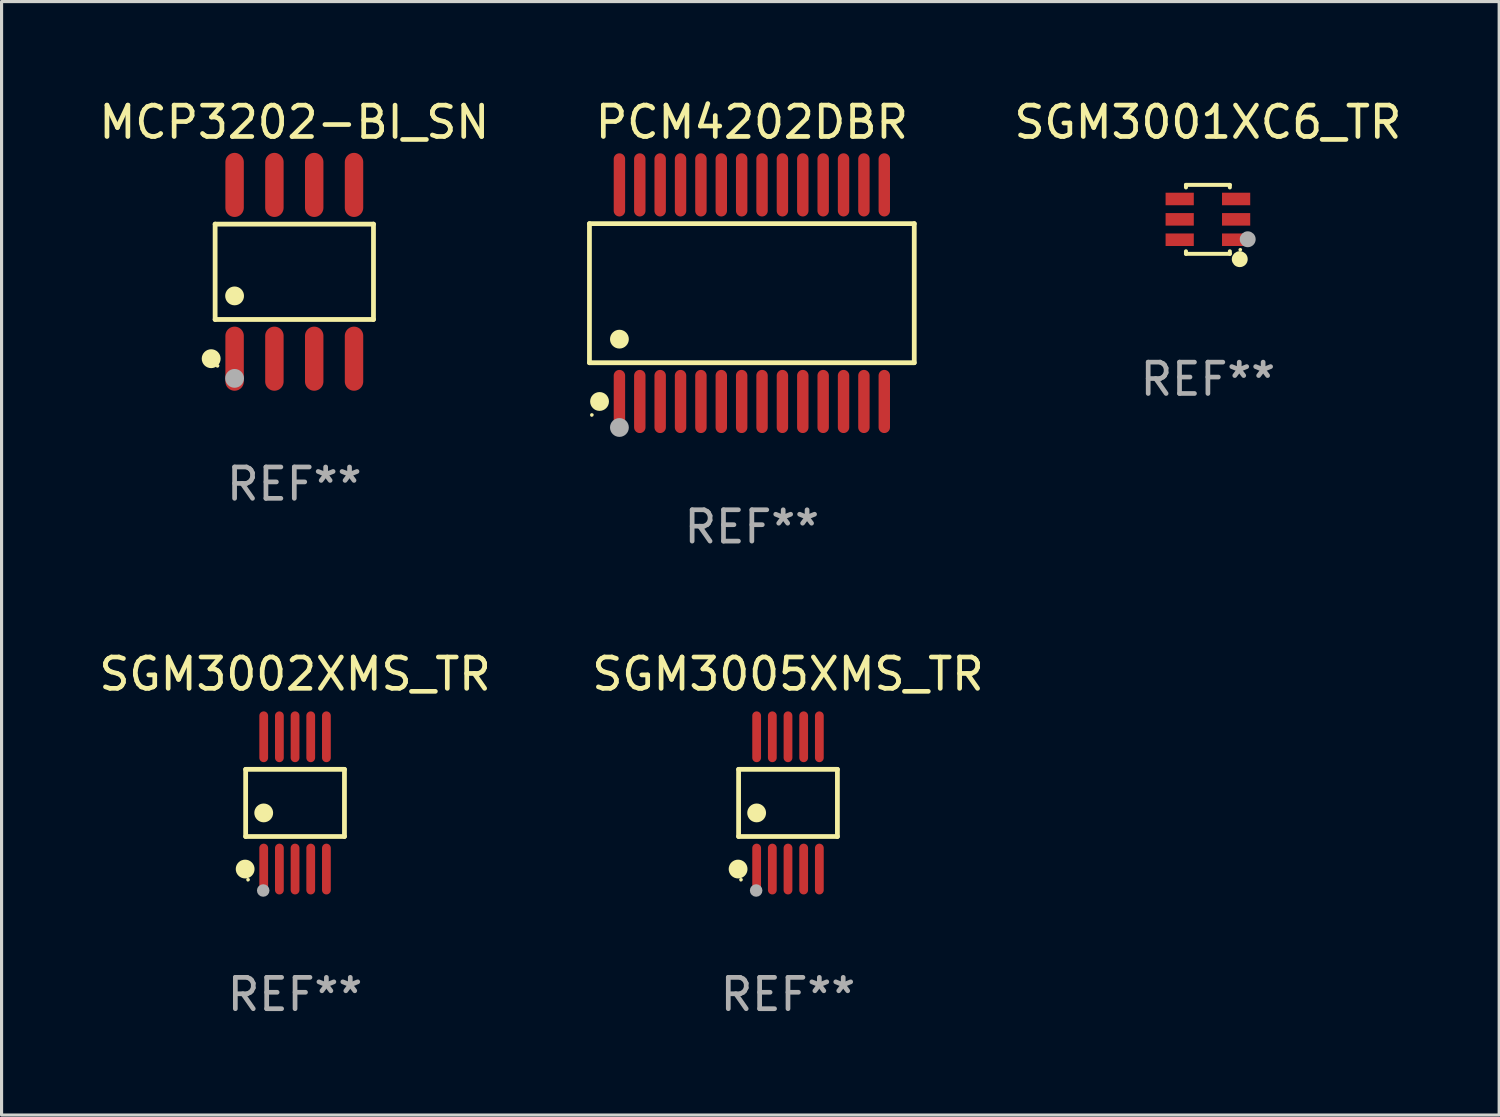
<source format=kicad_pcb>
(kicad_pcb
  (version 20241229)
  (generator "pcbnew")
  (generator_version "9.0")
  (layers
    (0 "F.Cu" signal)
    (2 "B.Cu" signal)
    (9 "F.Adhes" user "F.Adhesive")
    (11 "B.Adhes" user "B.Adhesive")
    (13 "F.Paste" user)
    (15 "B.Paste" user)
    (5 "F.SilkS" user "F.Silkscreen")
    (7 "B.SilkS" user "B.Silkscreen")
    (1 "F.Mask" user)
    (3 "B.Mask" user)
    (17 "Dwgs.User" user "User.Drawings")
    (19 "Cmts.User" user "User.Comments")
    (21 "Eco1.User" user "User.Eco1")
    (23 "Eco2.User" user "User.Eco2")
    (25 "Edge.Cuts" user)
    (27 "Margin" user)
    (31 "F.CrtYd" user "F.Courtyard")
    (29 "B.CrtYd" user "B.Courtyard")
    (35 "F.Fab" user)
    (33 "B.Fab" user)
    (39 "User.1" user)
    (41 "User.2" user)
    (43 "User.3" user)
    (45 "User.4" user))
  (footprint "SGM3005XMS_TR"
    (layer "F.Cu")
    (at 22.089 22.565)
    (property "Reference" "SGM3005XMS_TR" (at 0 -4.11 0) (layer "F.SilkS") (effects (font (size 1 1) (thickness 0.15))))
    (attr through_hole)
    (fp_line (start -1.576 -1.071) (end 1.576 -1.071) (stroke (width 0.152) (type solid)) (layer "F.SilkS"))
    (fp_line (start -1.576 1.071) (end -1.576 -1.071) (stroke (width 0.152) (type solid)) (layer "F.SilkS"))
    (fp_line (start 1.576 -1.071) (end 1.576 1.071) (stroke (width 0.152) (type solid)) (layer "F.SilkS"))
    (fp_line (start 1.576 1.071) (end -1.576 1.071) (stroke (width 0.152) (type solid)) (layer "F.SilkS"))
    (fp_circle (center -1.592 2.11) (end -1.442 2.11) (stroke (width 0.3) (type solid)) (fill no) (layer "F.SilkS"))
    (fp_circle (center -1.5 2.45) (end -1.47 2.45) (stroke (width 0.06) (type solid)) (fill no) (layer "F.SilkS"))
    (fp_circle (center -1 0.319) (end -0.85 0.319) (stroke (width 0.3) (type solid)) (fill no) (layer "F.SilkS"))
    (fp_circle (center -1.016 2.794) (end -0.916 2.794) (stroke (width 0.2) (type solid)) (fill no) (layer "F.Fab"))
    (fp_text user "REF**" (at 0 6.11 0) (layer "F.Fab") (effects (font (size 1 1) (thickness 0.15))))
    (pad "1" smd oval (at -1 2.11) (size 0.28 1.62) (layers "F.Cu" "F.Mask" "F.Paste"))
    (pad "2" smd oval (at -0.5 2.11) (size 0.28 1.62) (layers "F.Cu" "F.Mask" "F.Paste"))
    (pad "3" smd oval (at 0 2.11) (size 0.28 1.62) (layers "F.Cu" "F.Mask" "F.Paste"))
    (pad "4" smd oval (at 0.5 2.11) (size 0.28 1.62) (layers "F.Cu" "F.Mask" "F.Paste"))
    (pad "5" smd oval (at 1 2.11) (size 0.28 1.62) (layers "F.Cu" "F.Mask" "F.Paste"))
    (pad "6" smd oval (at 1 -2.11) (size 0.28 1.62) (layers "F.Cu" "F.Mask" "F.Paste"))
    (pad "7" smd oval (at 0.5 -2.11) (size 0.28 1.62) (layers "F.Cu" "F.Mask" "F.Paste"))
    (pad "8" smd oval (at 0 -2.11) (size 0.28 1.62) (layers "F.Cu" "F.Mask" "F.Paste"))
    (pad "9" smd oval (at -0.5 -2.11) (size 0.28 1.62) (layers "F.Cu" "F.Mask" "F.Paste"))
    (pad "10" smd oval (at -1 -2.11) (size 0.28 1.62) (layers "F.Cu" "F.Mask" "F.Paste")))
  (footprint "SGM3001XC6_TR"
    (layer "F.Cu")
    (at 35.485 3.948)
    (property "Reference" "SGM3001XC6_TR" (at 0 -3.1 0) (layer "F.SilkS") (effects (font (size 1 1) (thickness 0.15))))
    (attr through_hole)
    (fp_line (start -0.7 -1.018) (end -0.7 -1.1) (stroke (width 0.127) (type solid)) (layer "F.SilkS"))
    (fp_line (start -0.7 1.1) (end -0.7 1.018) (stroke (width 0.127) (type solid)) (layer "F.SilkS"))
    (fp_line (start 0.7 -1.1) (end -0.7 -1.1) (stroke (width 0.127) (type solid)) (layer "F.SilkS"))
    (fp_line (start 0.7 -1.018) (end 0.7 -1.1) (stroke (width 0.127) (type solid)) (layer "F.SilkS"))
    (fp_line (start 0.7 1.1) (end -0.7 1.1) (stroke (width 0.127) (type solid)) (layer "F.SilkS"))
    (fp_line (start 0.7 1.1) (end 0.7 1.018) (stroke (width 0.127) (type solid)) (layer "F.SilkS"))
    (fp_circle (center 1.016 1.27) (end 1.143 1.27) (stroke (width 0.254) (type solid)) (fill no) (layer "F.SilkS"))
    (fp_circle (center 1.032 0.97) (end 1.062 0.97) (stroke (width 0.06) (type solid)) (fill no) (layer "F.SilkS"))
    (fp_circle (center 1.27 0.635) (end 1.397 0.635) (stroke (width 0.254) (type solid)) (fill no) (layer "F.Fab"))
    (fp_text user "REF**" (at 0 5.1 0) (layer "F.Fab") (effects (font (size 1 1) (thickness 0.15))))
    (pad "1" smd rect (at 0.9 0.65 90) (size 0.4 0.9) (layers "F.Cu" "F.Mask" "F.Paste"))
    (pad "2" smd rect (at 0.9 -0.000102 90) (size 0.4 0.9) (layers "F.Cu" "F.Mask" "F.Paste"))
    (pad "3" smd rect (at 0.9 -0.65 90) (size 0.4 0.9) (layers "F.Cu" "F.Mask" "F.Paste"))
    (pad "4" smd rect (at -0.9 -0.65 90) (size 0.4 0.9) (layers "F.Cu" "F.Mask" "F.Paste"))
    (pad "5" smd rect (at -0.9 -0.000102 90) (size 0.4 0.9) (layers "F.Cu" "F.Mask" "F.Paste"))
    (pad "6" smd rect (at -0.9 0.65 90) (size 0.4 0.9) (layers "F.Cu" "F.Mask" "F.Paste")))
  (footprint "MCP3202-BI_SN"
    (layer "F.Cu")
    (at 6.339 5.621)
    (property "Reference" "MCP3202-BI_SN" (at 0 -4.772 0) (layer "F.SilkS") (effects (font (size 1 1) (thickness 0.15))))
    (attr through_hole)
    (fp_line (start -2.526 -1.521) (end 2.526 -1.521) (stroke (width 0.152) (type solid)) (layer "F.SilkS"))
    (fp_line (start -2.526 1.521) (end -2.526 -1.521) (stroke (width 0.152) (type solid)) (layer "F.SilkS"))
    (fp_line (start 2.526 -1.521) (end 2.526 1.521) (stroke (width 0.152) (type solid)) (layer "F.SilkS"))
    (fp_line (start 2.526 1.521) (end -2.526 1.521) (stroke (width 0.152) (type solid)) (layer "F.SilkS"))
    (fp_circle (center -2.652 2.772) (end -2.501 2.772) (stroke (width 0.3) (type solid)) (fill no) (layer "F.SilkS"))
    (fp_circle (center -2.45 3) (end -2.42 3) (stroke (width 0.06) (type solid)) (fill no) (layer "F.SilkS"))
    (fp_circle (center -1.905 0.769) (end -1.755 0.769) (stroke (width 0.3) (type solid)) (fill no) (layer "F.SilkS"))
    (fp_circle (center -1.905 3.4) (end -1.755 3.4) (stroke (width 0.3) (type solid)) (fill no) (layer "F.Fab"))
    (fp_text user "REF**" (at 0 6.772 0) (layer "F.Fab") (effects (font (size 1 1) (thickness 0.15))))
    (pad "1" smd oval (at -1.905 2.772) (size 0.588 2.045) (layers "F.Cu" "F.Mask" "F.Paste"))
    (pad "2" smd oval (at -0.635 2.772) (size 0.588 2.045) (layers "F.Cu" "F.Mask" "F.Paste"))
    (pad "3" smd oval (at 0.635 2.772) (size 0.588 2.045) (layers "F.Cu" "F.Mask" "F.Paste"))
    (pad "4" smd oval (at 1.905 2.772) (size 0.588 2.045) (layers "F.Cu" "F.Mask" "F.Paste"))
    (pad "5" smd oval (at 1.905 -2.772) (size 0.588 2.045) (layers "F.Cu" "F.Mask" "F.Paste"))
    (pad "6" smd oval (at 0.635 -2.772) (size 0.588 2.045) (layers "F.Cu" "F.Mask" "F.Paste"))
    (pad "7" smd oval (at -0.635 -2.772) (size 0.588 2.045) (layers "F.Cu" "F.Mask" "F.Paste"))
    (pad "8" smd oval (at -1.905 -2.772) (size 0.588 2.045) (layers "F.Cu" "F.Mask" "F.Paste")))
  (footprint "PCM4202DBR"
    (layer "F.Cu")
    (at 20.936 6.303)
    (property "Reference" "PCM4202DBR" (at 0 -5.455 0) (layer "F.SilkS") (effects (font (size 1 1) (thickness 0.15))))
    (attr through_hole)
    (fp_line (start -5.181 -2.219) (end 5.181 -2.219) (stroke (width 0.152) (type solid)) (layer "F.SilkS"))
    (fp_line (start -5.181 2.219) (end -5.181 -2.219) (stroke (width 0.152) (type solid)) (layer "F.SilkS"))
    (fp_line (start 5.181 -2.219) (end 5.181 2.219) (stroke (width 0.152) (type solid)) (layer "F.SilkS"))
    (fp_line (start 5.181 2.219) (end -5.181 2.219) (stroke (width 0.152) (type solid)) (layer "F.SilkS"))
    (fp_circle (center -5.105 3.885) (end -5.075 3.885) (stroke (width 0.06) (type solid)) (fill no) (layer "F.SilkS"))
    (fp_circle (center -4.859 3.455) (end -4.709 3.455) (stroke (width 0.3) (type solid)) (fill no) (layer "F.SilkS"))
    (fp_circle (center -4.225 1.467) (end -4.075 1.467) (stroke (width 0.3) (type solid)) (fill no) (layer "F.SilkS"))
    (fp_circle (center -4.225 4.285) (end -4.075 4.285) (stroke (width 0.3) (type solid)) (fill no) (layer "F.Fab"))
    (fp_text user "REF**" (at 0 7.455 0) (layer "F.Fab") (effects (font (size 1 1) (thickness 0.15))))
    (pad "1" smd oval (at -4.225 3.455) (size 0.364 2.015) (layers "F.Cu" "F.Mask" "F.Paste"))
    (pad "2" smd oval (at -3.575 3.455) (size 0.364 2.015) (layers "F.Cu" "F.Mask" "F.Paste"))
    (pad "3" smd oval (at -2.925 3.455) (size 0.364 2.015) (layers "F.Cu" "F.Mask" "F.Paste"))
    (pad "4" smd oval (at -2.275 3.455) (size 0.364 2.015) (layers "F.Cu" "F.Mask" "F.Paste"))
    (pad "5" smd oval (at -1.625 3.455) (size 0.364 2.015) (layers "F.Cu" "F.Mask" "F.Paste"))
    (pad "6" smd oval (at -0.975 3.455) (size 0.364 2.015) (layers "F.Cu" "F.Mask" "F.Paste"))
    (pad "7" smd oval (at -0.325 3.455) (size 0.364 2.015) (layers "F.Cu" "F.Mask" "F.Paste"))
    (pad "8" smd oval (at 0.325 3.455) (size 0.364 2.015) (layers "F.Cu" "F.Mask" "F.Paste"))
    (pad "9" smd oval (at 0.975 3.455) (size 0.364 2.015) (layers "F.Cu" "F.Mask" "F.Paste"))
    (pad "10" smd oval (at 1.625 3.455) (size 0.364 2.015) (layers "F.Cu" "F.Mask" "F.Paste"))
    (pad "11" smd oval (at 2.275 3.455) (size 0.364 2.015) (layers "F.Cu" "F.Mask" "F.Paste"))
    (pad "12" smd oval (at 2.925 3.455) (size 0.364 2.015) (layers "F.Cu" "F.Mask" "F.Paste"))
    (pad "13" smd oval (at 3.575 3.455) (size 0.364 2.015) (layers "F.Cu" "F.Mask" "F.Paste"))
    (pad "14" smd oval (at 4.225 3.455) (size 0.364 2.015) (layers "F.Cu" "F.Mask" "F.Paste"))
    (pad "15" smd oval (at 4.225 -3.455) (size 0.364 2.015) (layers "F.Cu" "F.Mask" "F.Paste"))
    (pad "16" smd oval (at 3.575 -3.455) (size 0.364 2.015) (layers "F.Cu" "F.Mask" "F.Paste"))
    (pad "17" smd oval (at 2.925 -3.455) (size 0.364 2.015) (layers "F.Cu" "F.Mask" "F.Paste"))
    (pad "18" smd oval (at 2.275 -3.455) (size 0.364 2.015) (layers "F.Cu" "F.Mask" "F.Paste"))
    (pad "19" smd oval (at 1.625 -3.455) (size 0.364 2.015) (layers "F.Cu" "F.Mask" "F.Paste"))
    (pad "20" smd oval (at 0.975 -3.455) (size 0.364 2.015) (layers "F.Cu" "F.Mask" "F.Paste"))
    (pad "21" smd oval (at 0.325 -3.455) (size 0.364 2.015) (layers "F.Cu" "F.Mask" "F.Paste"))
    (pad "22" smd oval (at -0.325 -3.455) (size 0.364 2.015) (layers "F.Cu" "F.Mask" "F.Paste"))
    (pad "23" smd oval (at -0.975 -3.455) (size 0.364 2.015) (layers "F.Cu" "F.Mask" "F.Paste"))
    (pad "24" smd oval (at -1.625 -3.455) (size 0.364 2.015) (layers "F.Cu" "F.Mask" "F.Paste"))
    (pad "25" smd oval (at -2.275 -3.455) (size 0.364 2.015) (layers "F.Cu" "F.Mask" "F.Paste"))
    (pad "26" smd oval (at -2.925 -3.455) (size 0.364 2.015) (layers "F.Cu" "F.Mask" "F.Paste"))
    (pad "27" smd oval (at -3.575 -3.455) (size 0.364 2.015) (layers "F.Cu" "F.Mask" "F.Paste"))
    (pad "28" smd oval (at -4.225 -3.455) (size 0.364 2.015) (layers "F.Cu" "F.Mask" "F.Paste")))
  (footprint "SGM3002XMS_TR"
    (layer "F.Cu")
    (at 6.363 22.565)
    (property "Reference" "SGM3002XMS_TR" (at 0 -4.11 0) (layer "F.SilkS") (effects (font (size 1 1) (thickness 0.15))))
    (attr through_hole)
    (fp_line (start -1.576 -1.071) (end 1.576 -1.071) (stroke (width 0.152) (type solid)) (layer "F.SilkS"))
    (fp_line (start -1.576 1.071) (end -1.576 -1.071) (stroke (width 0.152) (type solid)) (layer "F.SilkS"))
    (fp_line (start 1.576 -1.071) (end 1.576 1.071) (stroke (width 0.152) (type solid)) (layer "F.SilkS"))
    (fp_line (start 1.576 1.071) (end -1.576 1.071) (stroke (width 0.152) (type solid)) (layer "F.SilkS"))
    (fp_circle (center -1.592 2.11) (end -1.442 2.11) (stroke (width 0.3) (type solid)) (fill no) (layer "F.SilkS"))
    (fp_circle (center -1.5 2.45) (end -1.47 2.45) (stroke (width 0.06) (type solid)) (fill no) (layer "F.SilkS"))
    (fp_circle (center -1 0.319) (end -0.85 0.319) (stroke (width 0.3) (type solid)) (fill no) (layer "F.SilkS"))
    (fp_circle (center -1.016 2.794) (end -0.916 2.794) (stroke (width 0.2) (type solid)) (fill no) (layer "F.Fab"))
    (fp_text user "REF**" (at 0 6.11 0) (layer "F.Fab") (effects (font (size 1 1) (thickness 0.15))))
    (pad "1" smd oval (at -1 2.11) (size 0.28 1.62) (layers "F.Cu" "F.Mask" "F.Paste"))
    (pad "2" smd oval (at -0.5 2.11) (size 0.28 1.62) (layers "F.Cu" "F.Mask" "F.Paste"))
    (pad "3" smd oval (at 0 2.11) (size 0.28 1.62) (layers "F.Cu" "F.Mask" "F.Paste"))
    (pad "4" smd oval (at 0.5 2.11) (size 0.28 1.62) (layers "F.Cu" "F.Mask" "F.Paste"))
    (pad "5" smd oval (at 1 2.11) (size 0.28 1.62) (layers "F.Cu" "F.Mask" "F.Paste"))
    (pad "6" smd oval (at 1 -2.11) (size 0.28 1.62) (layers "F.Cu" "F.Mask" "F.Paste"))
    (pad "7" smd oval (at 0.5 -2.11) (size 0.28 1.62) (layers "F.Cu" "F.Mask" "F.Paste"))
    (pad "8" smd oval (at 0 -2.11) (size 0.28 1.62) (layers "F.Cu" "F.Mask" "F.Paste"))
    (pad "9" smd oval (at -0.5 -2.11) (size 0.28 1.62) (layers "F.Cu" "F.Mask" "F.Paste"))
    (pad "10" smd oval (at -1 -2.11) (size 0.28 1.62) (layers "F.Cu" "F.Mask" "F.Paste")))
  (gr_rect
    (start -3 -3)
    (end 44.777 32.523)
    (stroke (width 0.1) (type default))
    (fill no)
    (layer "Edge.Cuts")))
</source>
